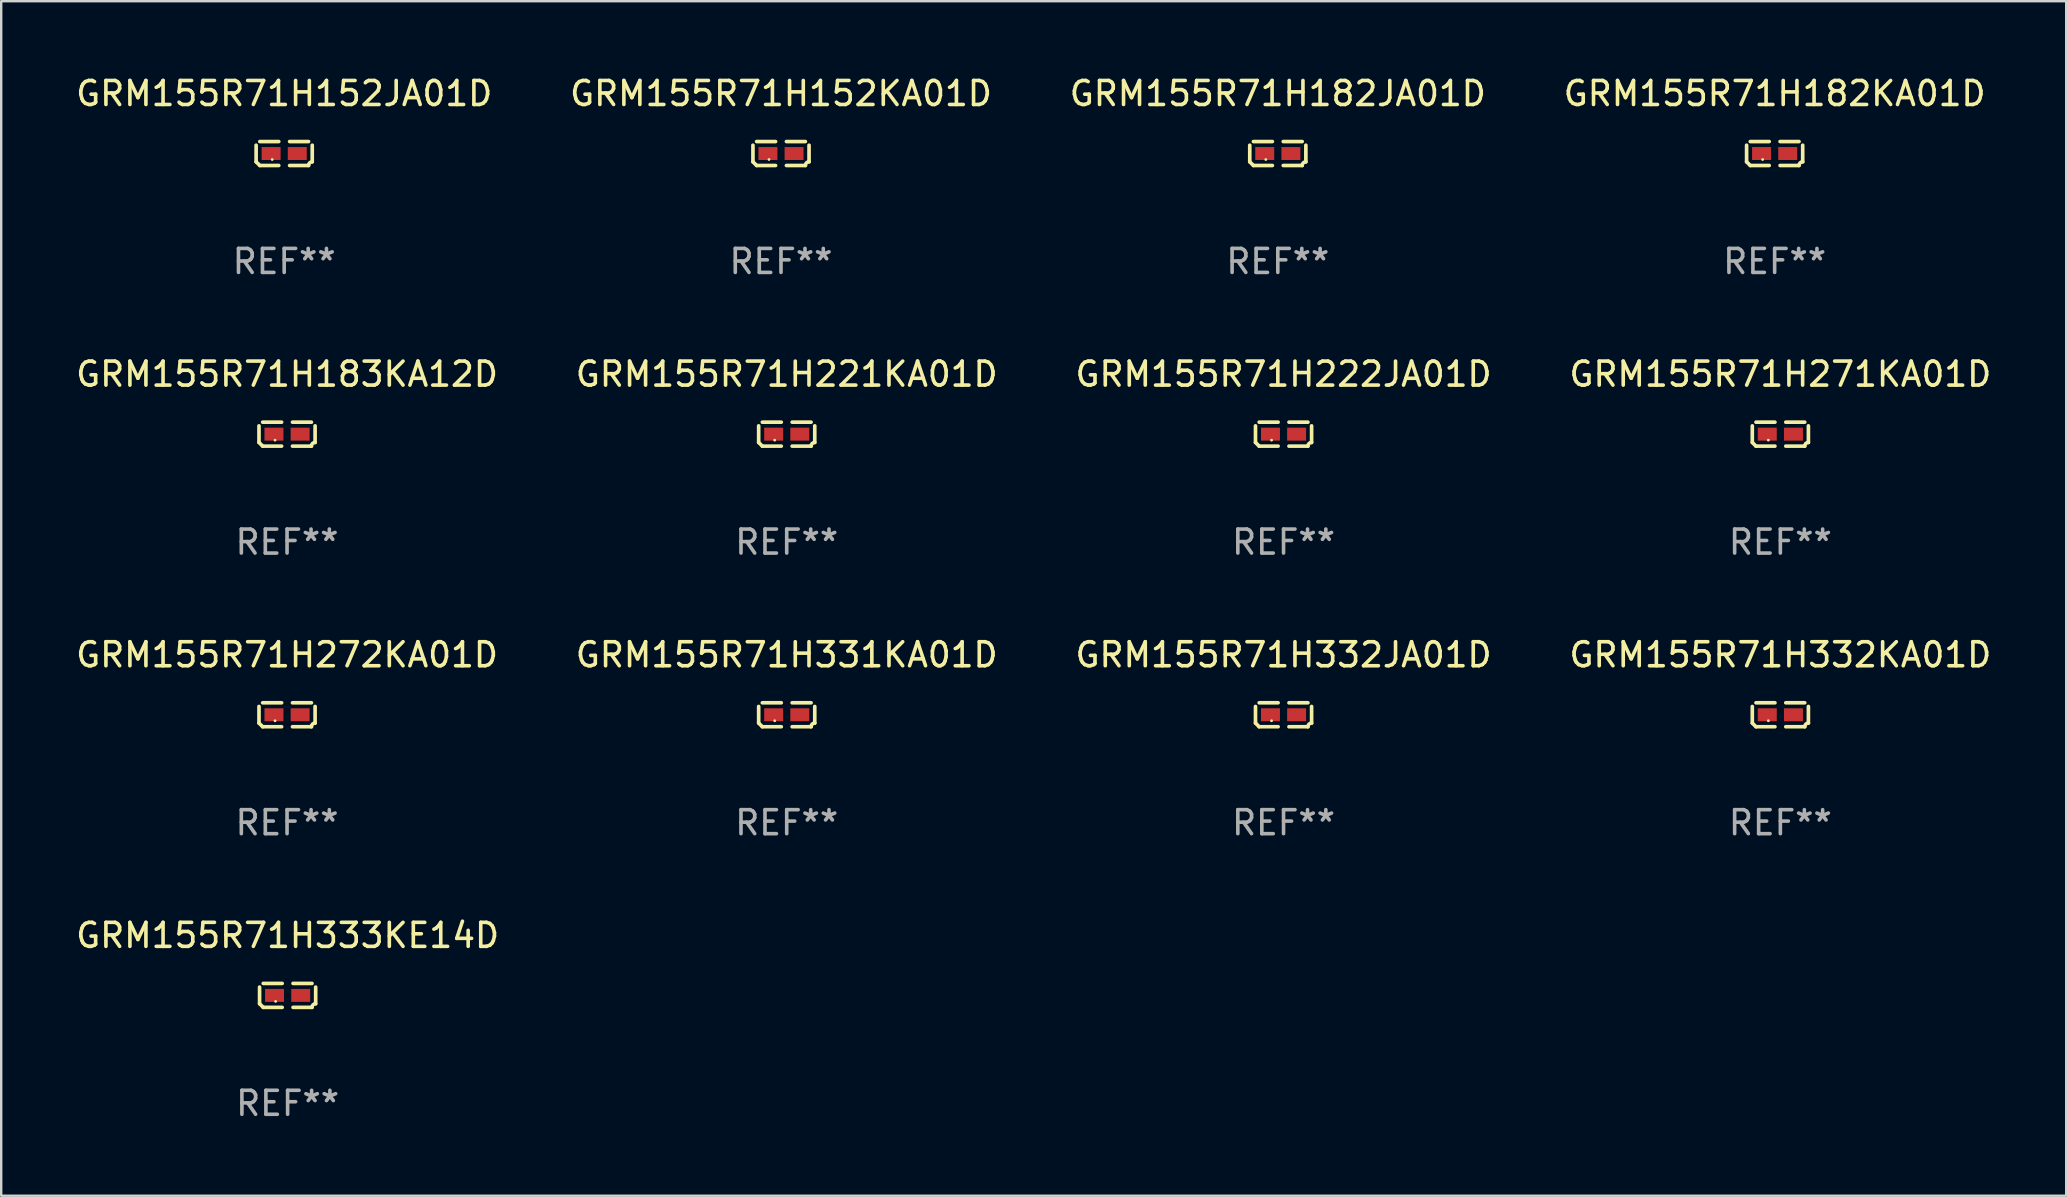
<source format=kicad_pcb>
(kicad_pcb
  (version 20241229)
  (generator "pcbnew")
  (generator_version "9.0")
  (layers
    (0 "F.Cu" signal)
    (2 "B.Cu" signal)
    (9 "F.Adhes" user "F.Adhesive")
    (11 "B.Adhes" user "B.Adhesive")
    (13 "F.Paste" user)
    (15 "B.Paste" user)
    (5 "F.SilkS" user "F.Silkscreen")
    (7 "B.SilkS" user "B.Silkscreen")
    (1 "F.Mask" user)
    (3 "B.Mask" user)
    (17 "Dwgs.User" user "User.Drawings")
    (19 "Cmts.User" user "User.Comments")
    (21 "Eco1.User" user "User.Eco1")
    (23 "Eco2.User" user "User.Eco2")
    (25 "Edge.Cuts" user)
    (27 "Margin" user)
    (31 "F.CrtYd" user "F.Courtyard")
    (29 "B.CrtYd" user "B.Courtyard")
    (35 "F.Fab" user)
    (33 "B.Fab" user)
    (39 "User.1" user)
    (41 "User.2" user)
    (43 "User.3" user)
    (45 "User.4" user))
  (footprint "GRM155R71H332KA01D"
    (layer "F.Cu")
    (at 71.137 26.734)
    (property "Reference" "GRM155R71H332KA01D" (at 0 -2.499 0) (layer "F.SilkS") (effects (font (size 1 1) (thickness 0.15))))
    (attr through_hole)
    (fp_line (start -1.169 0.346) (end -1.169 -0.346) (stroke (width 0.152) (type solid)) (layer "F.SilkS"))
    (fp_line (start -1.016 -0.499) (end -0.226 -0.499) (stroke (width 0.152) (type solid)) (layer "F.SilkS"))
    (fp_line (start -0.226 0.499) (end -1.016 0.499) (stroke (width 0.152) (type solid)) (layer "F.SilkS"))
    (fp_line (start 0.226 0.499) (end 1.016 0.499) (stroke (width 0.152) (type solid)) (layer "F.SilkS"))
    (fp_line (start 1.016 -0.499) (end 0.226 -0.499) (stroke (width 0.152) (type solid)) (layer "F.SilkS"))
    (fp_line (start 1.169 0.346) (end 1.169 -0.346) (stroke (width 0.152) (type solid)) (layer "F.SilkS"))
    (fp_arc (start -1.016307 0.498603) (mid -1.092512 0.422405) (end -1.16871 0.3462) (stroke (width 0.1524) (type solid)) (layer "F.SilkS"))
    (fp_arc (start 1.016307 0.498603) (mid 1.060899 0.390758) (end 1.168707 0.346076) (stroke (width 0.1524) (type solid)) (layer "F.SilkS"))
    (fp_circle (center -0.5 0.25) (end -0.47 0.25) (stroke (width 0.06) (type solid)) (fill no) (layer "F.SilkS"))
    (fp_text user "REF**" (at 0 4.499 0) (layer "F.Fab") (effects (font (size 1 1) (thickness 0.15))))
    (pad "1" smd rect (at -0.545 0) (size 0.79 0.54) (layers "F.Cu" "F.Mask" "F.Paste"))
    (pad "2" smd rect (at 0.545 0) (size 0.79 0.54) (layers "F.Cu" "F.Mask" "F.Paste")))
  (footprint "GRM155R71H271KA01D"
    (layer "F.Cu")
    (at 71.137 15.041)
    (property "Reference" "GRM155R71H271KA01D" (at 0 -2.499 0) (layer "F.SilkS") (effects (font (size 1 1) (thickness 0.15))))
    (attr through_hole)
    (fp_line (start -1.169 0.346) (end -1.169 -0.346) (stroke (width 0.152) (type solid)) (layer "F.SilkS"))
    (fp_line (start -1.016 -0.499) (end -0.226 -0.499) (stroke (width 0.152) (type solid)) (layer "F.SilkS"))
    (fp_line (start -0.226 0.499) (end -1.016 0.499) (stroke (width 0.152) (type solid)) (layer "F.SilkS"))
    (fp_line (start 0.226 0.499) (end 1.016 0.499) (stroke (width 0.152) (type solid)) (layer "F.SilkS"))
    (fp_line (start 1.016 -0.499) (end 0.226 -0.499) (stroke (width 0.152) (type solid)) (layer "F.SilkS"))
    (fp_line (start 1.169 0.346) (end 1.169 -0.346) (stroke (width 0.152) (type solid)) (layer "F.SilkS"))
    (fp_arc (start -1.016307 0.498603) (mid -1.092512 0.422405) (end -1.16871 0.3462) (stroke (width 0.1524) (type solid)) (layer "F.SilkS"))
    (fp_arc (start 1.016307 0.498603) (mid 1.060899 0.390758) (end 1.168707 0.346076) (stroke (width 0.1524) (type solid)) (layer "F.SilkS"))
    (fp_circle (center -0.5 0.25) (end -0.47 0.25) (stroke (width 0.06) (type solid)) (fill no) (layer "F.SilkS"))
    (fp_text user "REF**" (at 0 4.499 0) (layer "F.Fab") (effects (font (size 1 1) (thickness 0.15))))
    (pad "1" smd rect (at -0.545 0) (size 0.79 0.54) (layers "F.Cu" "F.Mask" "F.Paste"))
    (pad "2" smd rect (at 0.545 0) (size 0.79 0.54) (layers "F.Cu" "F.Mask" "F.Paste")))
  (footprint "GRM155R71H331KA01D"
    (layer "F.Cu")
    (at 29.732 26.734)
    (property "Reference" "GRM155R71H331KA01D" (at 0 -2.499 0) (layer "F.SilkS") (effects (font (size 1 1) (thickness 0.15))))
    (attr through_hole)
    (fp_line (start -1.169 0.346) (end -1.169 -0.346) (stroke (width 0.152) (type solid)) (layer "F.SilkS"))
    (fp_line (start -1.016 -0.499) (end -0.226 -0.499) (stroke (width 0.152) (type solid)) (layer "F.SilkS"))
    (fp_line (start -0.226 0.499) (end -1.016 0.499) (stroke (width 0.152) (type solid)) (layer "F.SilkS"))
    (fp_line (start 0.226 0.499) (end 1.016 0.499) (stroke (width 0.152) (type solid)) (layer "F.SilkS"))
    (fp_line (start 1.016 -0.499) (end 0.226 -0.499) (stroke (width 0.152) (type solid)) (layer "F.SilkS"))
    (fp_line (start 1.169 0.346) (end 1.169 -0.346) (stroke (width 0.152) (type solid)) (layer "F.SilkS"))
    (fp_arc (start -1.016307 0.498603) (mid -1.092512 0.422405) (end -1.16871 0.3462) (stroke (width 0.1524) (type solid)) (layer "F.SilkS"))
    (fp_arc (start 1.016307 0.498603) (mid 1.060899 0.390758) (end 1.168707 0.346076) (stroke (width 0.1524) (type solid)) (layer "F.SilkS"))
    (fp_circle (center -0.5 0.25) (end -0.47 0.25) (stroke (width 0.06) (type solid)) (fill no) (layer "F.SilkS"))
    (fp_text user "REF**" (at 0 4.499 0) (layer "F.Fab") (effects (font (size 1 1) (thickness 0.15))))
    (pad "1" smd rect (at -0.545 0) (size 0.79 0.54) (layers "F.Cu" "F.Mask" "F.Paste"))
    (pad "2" smd rect (at 0.545 0) (size 0.79 0.54) (layers "F.Cu" "F.Mask" "F.Paste")))
  (footprint "GRM155R71H182JA01D"
    (layer "F.Cu")
    (at 50.196 3.347)
    (property "Reference" "GRM155R71H182JA01D" (at 0 -2.499 0) (layer "F.SilkS") (effects (font (size 1 1) (thickness 0.15))))
    (attr through_hole)
    (fp_line (start -1.169 0.346) (end -1.169 -0.346) (stroke (width 0.152) (type solid)) (layer "F.SilkS"))
    (fp_line (start -1.016 -0.499) (end -0.226 -0.499) (stroke (width 0.152) (type solid)) (layer "F.SilkS"))
    (fp_line (start -0.226 0.499) (end -1.016 0.499) (stroke (width 0.152) (type solid)) (layer "F.SilkS"))
    (fp_line (start 0.226 0.499) (end 1.016 0.499) (stroke (width 0.152) (type solid)) (layer "F.SilkS"))
    (fp_line (start 1.016 -0.499) (end 0.226 -0.499) (stroke (width 0.152) (type solid)) (layer "F.SilkS"))
    (fp_line (start 1.169 0.346) (end 1.169 -0.346) (stroke (width 0.152) (type solid)) (layer "F.SilkS"))
    (fp_arc (start -1.016307 0.498603) (mid -1.092512 0.422405) (end -1.16871 0.3462) (stroke (width 0.1524) (type solid)) (layer "F.SilkS"))
    (fp_arc (start 1.016307 0.498603) (mid 1.060899 0.390758) (end 1.168707 0.346076) (stroke (width 0.1524) (type solid)) (layer "F.SilkS"))
    (fp_circle (center -0.5 0.25) (end -0.47 0.25) (stroke (width 0.06) (type solid)) (fill no) (layer "F.SilkS"))
    (fp_text user "REF**" (at 0 4.499 0) (layer "F.Fab") (effects (font (size 1 1) (thickness 0.15))))
    (pad "1" smd rect (at -0.545 0) (size 0.79 0.54) (layers "F.Cu" "F.Mask" "F.Paste"))
    (pad "2" smd rect (at 0.545 0) (size 0.79 0.54) (layers "F.Cu" "F.Mask" "F.Paste")))
  (footprint "GRM155R71H152KA01D"
    (layer "F.Cu")
    (at 29.494 3.347)
    (property "Reference" "GRM155R71H152KA01D" (at 0 -2.499 0) (layer "F.SilkS") (effects (font (size 1 1) (thickness 0.15))))
    (attr through_hole)
    (fp_line (start -1.169 0.346) (end -1.169 -0.346) (stroke (width 0.152) (type solid)) (layer "F.SilkS"))
    (fp_line (start -1.016 -0.499) (end -0.226 -0.499) (stroke (width 0.152) (type solid)) (layer "F.SilkS"))
    (fp_line (start -0.226 0.499) (end -1.016 0.499) (stroke (width 0.152) (type solid)) (layer "F.SilkS"))
    (fp_line (start 0.226 0.499) (end 1.016 0.499) (stroke (width 0.152) (type solid)) (layer "F.SilkS"))
    (fp_line (start 1.016 -0.499) (end 0.226 -0.499) (stroke (width 0.152) (type solid)) (layer "F.SilkS"))
    (fp_line (start 1.169 0.346) (end 1.169 -0.346) (stroke (width 0.152) (type solid)) (layer "F.SilkS"))
    (fp_arc (start -1.016307 0.498603) (mid -1.092512 0.422405) (end -1.16871 0.3462) (stroke (width 0.1524) (type solid)) (layer "F.SilkS"))
    (fp_arc (start 1.016307 0.498603) (mid 1.060899 0.390758) (end 1.168707 0.346076) (stroke (width 0.1524) (type solid)) (layer "F.SilkS"))
    (fp_circle (center -0.5 0.25) (end -0.47 0.25) (stroke (width 0.06) (type solid)) (fill no) (layer "F.SilkS"))
    (fp_text user "REF**" (at 0 4.499 0) (layer "F.Fab") (effects (font (size 1 1) (thickness 0.15))))
    (pad "1" smd rect (at -0.545 0) (size 0.79 0.54) (layers "F.Cu" "F.Mask" "F.Paste"))
    (pad "2" smd rect (at 0.545 0) (size 0.79 0.54) (layers "F.Cu" "F.Mask" "F.Paste")))
  (footprint "GRM155R71H182KA01D"
    (layer "F.Cu")
    (at 70.899 3.347)
    (property "Reference" "GRM155R71H182KA01D" (at 0 -2.499 0) (layer "F.SilkS") (effects (font (size 1 1) (thickness 0.15))))
    (attr through_hole)
    (fp_line (start -1.169 0.346) (end -1.169 -0.346) (stroke (width 0.152) (type solid)) (layer "F.SilkS"))
    (fp_line (start -1.016 -0.499) (end -0.226 -0.499) (stroke (width 0.152) (type solid)) (layer "F.SilkS"))
    (fp_line (start -0.226 0.499) (end -1.016 0.499) (stroke (width 0.152) (type solid)) (layer "F.SilkS"))
    (fp_line (start 0.226 0.499) (end 1.016 0.499) (stroke (width 0.152) (type solid)) (layer "F.SilkS"))
    (fp_line (start 1.016 -0.499) (end 0.226 -0.499) (stroke (width 0.152) (type solid)) (layer "F.SilkS"))
    (fp_line (start 1.169 0.346) (end 1.169 -0.346) (stroke (width 0.152) (type solid)) (layer "F.SilkS"))
    (fp_arc (start -1.016307 0.498603) (mid -1.092512 0.422405) (end -1.16871 0.3462) (stroke (width 0.1524) (type solid)) (layer "F.SilkS"))
    (fp_arc (start 1.016307 0.498603) (mid 1.060899 0.390758) (end 1.168707 0.346076) (stroke (width 0.1524) (type solid)) (layer "F.SilkS"))
    (fp_circle (center -0.5 0.25) (end -0.47 0.25) (stroke (width 0.06) (type solid)) (fill no) (layer "F.SilkS"))
    (fp_text user "REF**" (at 0 4.499 0) (layer "F.Fab") (effects (font (size 1 1) (thickness 0.15))))
    (pad "1" smd rect (at -0.545 0) (size 0.79 0.54) (layers "F.Cu" "F.Mask" "F.Paste"))
    (pad "2" smd rect (at 0.545 0) (size 0.79 0.54) (layers "F.Cu" "F.Mask" "F.Paste")))
  (footprint "GRM155R71H333KE14D"
    (layer "F.Cu")
    (at 8.935 38.428)
    (property "Reference" "GRM155R71H333KE14D" (at 0 -2.499 0) (layer "F.SilkS") (effects (font (size 1 1) (thickness 0.15))))
    (attr through_hole)
    (fp_line (start -1.169 0.346) (end -1.169 -0.346) (stroke (width 0.152) (type solid)) (layer "F.SilkS"))
    (fp_line (start -1.016 -0.499) (end -0.226 -0.499) (stroke (width 0.152) (type solid)) (layer "F.SilkS"))
    (fp_line (start -0.226 0.499) (end -1.016 0.499) (stroke (width 0.152) (type solid)) (layer "F.SilkS"))
    (fp_line (start 0.226 0.499) (end 1.016 0.499) (stroke (width 0.152) (type solid)) (layer "F.SilkS"))
    (fp_line (start 1.016 -0.499) (end 0.226 -0.499) (stroke (width 0.152) (type solid)) (layer "F.SilkS"))
    (fp_line (start 1.169 0.346) (end 1.169 -0.346) (stroke (width 0.152) (type solid)) (layer "F.SilkS"))
    (fp_arc (start -1.016307 0.498603) (mid -1.092512 0.422405) (end -1.16871 0.3462) (stroke (width 0.1524) (type solid)) (layer "F.SilkS"))
    (fp_arc (start 1.016307 0.498603) (mid 1.060899 0.390758) (end 1.168707 0.346076) (stroke (width 0.1524) (type solid)) (layer "F.SilkS"))
    (fp_circle (center -0.5 0.25) (end -0.47 0.25) (stroke (width 0.06) (type solid)) (fill no) (layer "F.SilkS"))
    (fp_text user "REF**" (at 0 4.499 0) (layer "F.Fab") (effects (font (size 1 1) (thickness 0.15))))
    (pad "1" smd rect (at -0.545 0) (size 0.79 0.54) (layers "F.Cu" "F.Mask" "F.Paste"))
    (pad "2" smd rect (at 0.545 0) (size 0.79 0.54) (layers "F.Cu" "F.Mask" "F.Paste")))
  (footprint "GRM155R71H222JA01D"
    (layer "F.Cu")
    (at 50.435 15.041)
    (property "Reference" "GRM155R71H222JA01D" (at 0 -2.499 0) (layer "F.SilkS") (effects (font (size 1 1) (thickness 0.15))))
    (attr through_hole)
    (fp_line (start -1.169 0.346) (end -1.169 -0.346) (stroke (width 0.152) (type solid)) (layer "F.SilkS"))
    (fp_line (start -1.016 -0.499) (end -0.226 -0.499) (stroke (width 0.152) (type solid)) (layer "F.SilkS"))
    (fp_line (start -0.226 0.499) (end -1.016 0.499) (stroke (width 0.152) (type solid)) (layer "F.SilkS"))
    (fp_line (start 0.226 0.499) (end 1.016 0.499) (stroke (width 0.152) (type solid)) (layer "F.SilkS"))
    (fp_line (start 1.016 -0.499) (end 0.226 -0.499) (stroke (width 0.152) (type solid)) (layer "F.SilkS"))
    (fp_line (start 1.169 0.346) (end 1.169 -0.346) (stroke (width 0.152) (type solid)) (layer "F.SilkS"))
    (fp_arc (start -1.016307 0.498603) (mid -1.092512 0.422405) (end -1.16871 0.3462) (stroke (width 0.1524) (type solid)) (layer "F.SilkS"))
    (fp_arc (start 1.016307 0.498603) (mid 1.060899 0.390758) (end 1.168707 0.346076) (stroke (width 0.1524) (type solid)) (layer "F.SilkS"))
    (fp_circle (center -0.5 0.25) (end -0.47 0.25) (stroke (width 0.06) (type solid)) (fill no) (layer "F.SilkS"))
    (fp_text user "REF**" (at 0 4.499 0) (layer "F.Fab") (effects (font (size 1 1) (thickness 0.15))))
    (pad "1" smd rect (at -0.545 0) (size 0.79 0.54) (layers "F.Cu" "F.Mask" "F.Paste"))
    (pad "2" smd rect (at 0.545 0) (size 0.79 0.54) (layers "F.Cu" "F.Mask" "F.Paste")))
  (footprint "GRM155R71H332JA01D"
    (layer "F.Cu")
    (at 50.435 26.734)
    (property "Reference" "GRM155R71H332JA01D" (at 0 -2.499 0) (layer "F.SilkS") (effects (font (size 1 1) (thickness 0.15))))
    (attr through_hole)
    (fp_line (start -1.169 0.346) (end -1.169 -0.346) (stroke (width 0.152) (type solid)) (layer "F.SilkS"))
    (fp_line (start -1.016 -0.499) (end -0.226 -0.499) (stroke (width 0.152) (type solid)) (layer "F.SilkS"))
    (fp_line (start -0.226 0.499) (end -1.016 0.499) (stroke (width 0.152) (type solid)) (layer "F.SilkS"))
    (fp_line (start 0.226 0.499) (end 1.016 0.499) (stroke (width 0.152) (type solid)) (layer "F.SilkS"))
    (fp_line (start 1.016 -0.499) (end 0.226 -0.499) (stroke (width 0.152) (type solid)) (layer "F.SilkS"))
    (fp_line (start 1.169 0.346) (end 1.169 -0.346) (stroke (width 0.152) (type solid)) (layer "F.SilkS"))
    (fp_arc (start -1.016307 0.498603) (mid -1.092512 0.422405) (end -1.16871 0.3462) (stroke (width 0.1524) (type solid)) (layer "F.SilkS"))
    (fp_arc (start 1.016307 0.498603) (mid 1.060899 0.390758) (end 1.168707 0.346076) (stroke (width 0.1524) (type solid)) (layer "F.SilkS"))
    (fp_circle (center -0.5 0.25) (end -0.47 0.25) (stroke (width 0.06) (type solid)) (fill no) (layer "F.SilkS"))
    (fp_text user "REF**" (at 0 4.499 0) (layer "F.Fab") (effects (font (size 1 1) (thickness 0.15))))
    (pad "1" smd rect (at -0.545 0) (size 0.79 0.54) (layers "F.Cu" "F.Mask" "F.Paste"))
    (pad "2" smd rect (at 0.545 0) (size 0.79 0.54) (layers "F.Cu" "F.Mask" "F.Paste")))
  (footprint "GRM155R71H272KA01D"
    (layer "F.Cu")
    (at 8.911 26.734)
    (property "Reference" "GRM155R71H272KA01D" (at 0 -2.499 0) (layer "F.SilkS") (effects (font (size 1 1) (thickness 0.15))))
    (attr through_hole)
    (fp_line (start -1.169 0.346) (end -1.169 -0.346) (stroke (width 0.152) (type solid)) (layer "F.SilkS"))
    (fp_line (start -1.016 -0.499) (end -0.226 -0.499) (stroke (width 0.152) (type solid)) (layer "F.SilkS"))
    (fp_line (start -0.226 0.499) (end -1.016 0.499) (stroke (width 0.152) (type solid)) (layer "F.SilkS"))
    (fp_line (start 0.226 0.499) (end 1.016 0.499) (stroke (width 0.152) (type solid)) (layer "F.SilkS"))
    (fp_line (start 1.016 -0.499) (end 0.226 -0.499) (stroke (width 0.152) (type solid)) (layer "F.SilkS"))
    (fp_line (start 1.169 0.346) (end 1.169 -0.346) (stroke (width 0.152) (type solid)) (layer "F.SilkS"))
    (fp_arc (start -1.016307 0.498603) (mid -1.092512 0.422405) (end -1.16871 0.3462) (stroke (width 0.1524) (type solid)) (layer "F.SilkS"))
    (fp_arc (start 1.016307 0.498603) (mid 1.060899 0.390758) (end 1.168707 0.346076) (stroke (width 0.1524) (type solid)) (layer "F.SilkS"))
    (fp_circle (center -0.5 0.25) (end -0.47 0.25) (stroke (width 0.06) (type solid)) (fill no) (layer "F.SilkS"))
    (fp_text user "REF**" (at 0 4.499 0) (layer "F.Fab") (effects (font (size 1 1) (thickness 0.15))))
    (pad "1" smd rect (at -0.545 0) (size 0.79 0.54) (layers "F.Cu" "F.Mask" "F.Paste"))
    (pad "2" smd rect (at 0.545 0) (size 0.79 0.54) (layers "F.Cu" "F.Mask" "F.Paste")))
  (footprint "GRM155R71H152JA01D"
    (layer "F.Cu")
    (at 8.792 3.347)
    (property "Reference" "GRM155R71H152JA01D" (at 0 -2.499 0) (layer "F.SilkS") (effects (font (size 1 1) (thickness 0.15))))
    (attr through_hole)
    (fp_line (start -1.169 0.346) (end -1.169 -0.346) (stroke (width 0.152) (type solid)) (layer "F.SilkS"))
    (fp_line (start -1.016 -0.499) (end -0.226 -0.499) (stroke (width 0.152) (type solid)) (layer "F.SilkS"))
    (fp_line (start -0.226 0.499) (end -1.016 0.499) (stroke (width 0.152) (type solid)) (layer "F.SilkS"))
    (fp_line (start 0.226 0.499) (end 1.016 0.499) (stroke (width 0.152) (type solid)) (layer "F.SilkS"))
    (fp_line (start 1.016 -0.499) (end 0.226 -0.499) (stroke (width 0.152) (type solid)) (layer "F.SilkS"))
    (fp_line (start 1.169 0.346) (end 1.169 -0.346) (stroke (width 0.152) (type solid)) (layer "F.SilkS"))
    (fp_arc (start -1.016307 0.498603) (mid -1.092512 0.422405) (end -1.16871 0.3462) (stroke (width 0.1524) (type solid)) (layer "F.SilkS"))
    (fp_arc (start 1.016307 0.498603) (mid 1.060899 0.390758) (end 1.168707 0.346076) (stroke (width 0.1524) (type solid)) (layer "F.SilkS"))
    (fp_circle (center -0.5 0.25) (end -0.47 0.25) (stroke (width 0.06) (type solid)) (fill no) (layer "F.SilkS"))
    (fp_text user "REF**" (at 0 4.499 0) (layer "F.Fab") (effects (font (size 1 1) (thickness 0.15))))
    (pad "1" smd rect (at -0.545 0) (size 0.79 0.54) (layers "F.Cu" "F.Mask" "F.Paste"))
    (pad "2" smd rect (at 0.545 0) (size 0.79 0.54) (layers "F.Cu" "F.Mask" "F.Paste")))
  (footprint "GRM155R71H183KA12D"
    (layer "F.Cu")
    (at 8.911 15.041)
    (property "Reference" "GRM155R71H183KA12D" (at 0 -2.499 0) (layer "F.SilkS") (effects (font (size 1 1) (thickness 0.15))))
    (attr through_hole)
    (fp_line (start -1.169 0.346) (end -1.169 -0.346) (stroke (width 0.152) (type solid)) (layer "F.SilkS"))
    (fp_line (start -1.016 -0.499) (end -0.226 -0.499) (stroke (width 0.152) (type solid)) (layer "F.SilkS"))
    (fp_line (start -0.226 0.499) (end -1.016 0.499) (stroke (width 0.152) (type solid)) (layer "F.SilkS"))
    (fp_line (start 0.226 0.499) (end 1.016 0.499) (stroke (width 0.152) (type solid)) (layer "F.SilkS"))
    (fp_line (start 1.016 -0.499) (end 0.226 -0.499) (stroke (width 0.152) (type solid)) (layer "F.SilkS"))
    (fp_line (start 1.169 0.346) (end 1.169 -0.346) (stroke (width 0.152) (type solid)) (layer "F.SilkS"))
    (fp_arc (start -1.016307 0.498603) (mid -1.092512 0.422405) (end -1.16871 0.3462) (stroke (width 0.1524) (type solid)) (layer "F.SilkS"))
    (fp_arc (start 1.016307 0.498603) (mid 1.060899 0.390758) (end 1.168707 0.346076) (stroke (width 0.1524) (type solid)) (layer "F.SilkS"))
    (fp_circle (center -0.5 0.25) (end -0.47 0.25) (stroke (width 0.06) (type solid)) (fill no) (layer "F.SilkS"))
    (fp_text user "REF**" (at 0 4.499 0) (layer "F.Fab") (effects (font (size 1 1) (thickness 0.15))))
    (pad "1" smd rect (at -0.545 0) (size 0.79 0.54) (layers "F.Cu" "F.Mask" "F.Paste"))
    (pad "2" smd rect (at 0.545 0) (size 0.79 0.54) (layers "F.Cu" "F.Mask" "F.Paste")))
  (footprint "GRM155R71H221KA01D"
    (layer "F.Cu")
    (at 29.732 15.041)
    (property "Reference" "GRM155R71H221KA01D" (at 0 -2.499 0) (layer "F.SilkS") (effects (font (size 1 1) (thickness 0.15))))
    (attr through_hole)
    (fp_line (start -1.169 0.346) (end -1.169 -0.346) (stroke (width 0.152) (type solid)) (layer "F.SilkS"))
    (fp_line (start -1.016 -0.499) (end -0.226 -0.499) (stroke (width 0.152) (type solid)) (layer "F.SilkS"))
    (fp_line (start -0.226 0.499) (end -1.016 0.499) (stroke (width 0.152) (type solid)) (layer "F.SilkS"))
    (fp_line (start 0.226 0.499) (end 1.016 0.499) (stroke (width 0.152) (type solid)) (layer "F.SilkS"))
    (fp_line (start 1.016 -0.499) (end 0.226 -0.499) (stroke (width 0.152) (type solid)) (layer "F.SilkS"))
    (fp_line (start 1.169 0.346) (end 1.169 -0.346) (stroke (width 0.152) (type solid)) (layer "F.SilkS"))
    (fp_arc (start -1.016307 0.498603) (mid -1.092512 0.422405) (end -1.16871 0.3462) (stroke (width 0.1524) (type solid)) (layer "F.SilkS"))
    (fp_arc (start 1.016307 0.498603) (mid 1.060899 0.390758) (end 1.168707 0.346076) (stroke (width 0.1524) (type solid)) (layer "F.SilkS"))
    (fp_circle (center -0.5 0.25) (end -0.47 0.25) (stroke (width 0.06) (type solid)) (fill no) (layer "F.SilkS"))
    (fp_text user "REF**" (at 0 4.499 0) (layer "F.Fab") (effects (font (size 1 1) (thickness 0.15))))
    (pad "1" smd rect (at -0.545 0) (size 0.79 0.54) (layers "F.Cu" "F.Mask" "F.Paste"))
    (pad "2" smd rect (at 0.545 0) (size 0.79 0.54) (layers "F.Cu" "F.Mask" "F.Paste")))
  (gr_rect
    (start -3 -3)
    (end 83.048 46.775)
    (stroke (width 0.1) (type default))
    (fill no)
    (layer "Edge.Cuts")))
</source>
